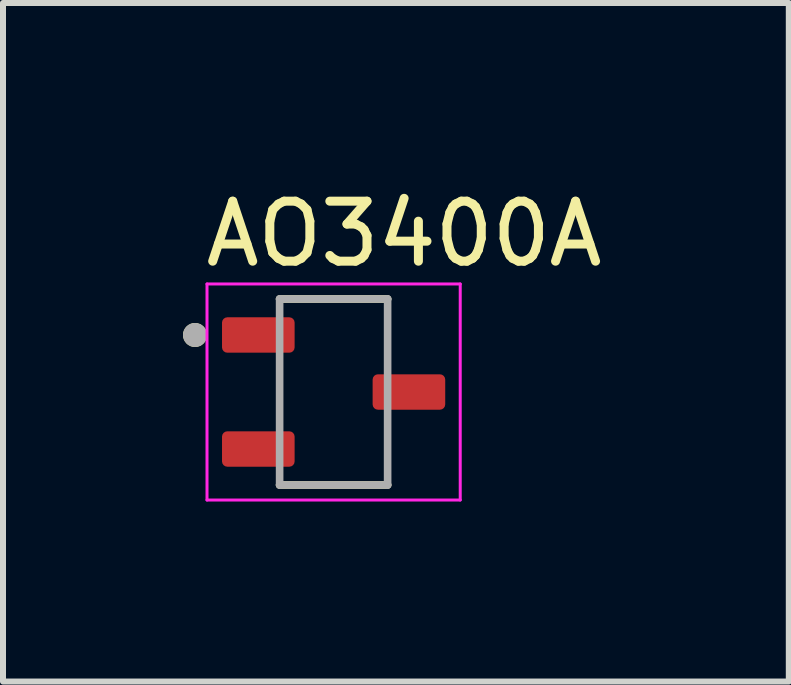
<source format=kicad_pcb>
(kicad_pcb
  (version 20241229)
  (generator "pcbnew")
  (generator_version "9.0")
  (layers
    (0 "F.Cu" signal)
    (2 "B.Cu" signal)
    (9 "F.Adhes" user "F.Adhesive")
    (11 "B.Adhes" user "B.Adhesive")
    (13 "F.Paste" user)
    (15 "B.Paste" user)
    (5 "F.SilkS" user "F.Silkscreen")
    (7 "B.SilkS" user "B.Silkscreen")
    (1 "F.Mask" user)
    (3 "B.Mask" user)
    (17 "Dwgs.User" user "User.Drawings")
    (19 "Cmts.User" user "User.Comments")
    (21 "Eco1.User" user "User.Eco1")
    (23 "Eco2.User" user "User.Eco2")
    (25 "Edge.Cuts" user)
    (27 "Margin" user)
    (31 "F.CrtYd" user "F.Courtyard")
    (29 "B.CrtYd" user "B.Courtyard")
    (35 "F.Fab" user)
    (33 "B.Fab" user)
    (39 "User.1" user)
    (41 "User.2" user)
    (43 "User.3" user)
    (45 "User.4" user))
  (footprint "AO3400A"
    (layer "F.Cu")
    (at 2.51 3.483)
    (property "Reference" "AO3400A" (at 1.175 -2.635 0) (layer "F.SilkS") (effects (font (size 1 1) (thickness 0.15))))
    (attr through_hole)
    (fp_line (start -0.9 1.55) (end 0.9 1.55) (stroke (width 0.127) (type solid)) (layer "F.SilkS"))
    (fp_line (start 0.9 -1.55) (end -0.9 -1.55) (stroke (width 0.127) (type solid)) (layer "F.SilkS"))
    (fp_circle (center -2.31 -0.95) (end -2.21 -0.95) (stroke (width 0.2) (type solid)) (fill no) (layer "F.SilkS"))
    (fp_line (start -2.11 -1.8) (end 2.11 -1.8) (stroke (width 0.05) (type solid)) (layer "F.CrtYd"))
    (fp_line (start -2.11 1.8) (end -2.11 -1.8) (stroke (width 0.05) (type solid)) (layer "F.CrtYd"))
    (fp_line (start 2.11 -1.8) (end 2.11 1.8) (stroke (width 0.05) (type solid)) (layer "F.CrtYd"))
    (fp_line (start 2.11 1.8) (end -2.11 1.8) (stroke (width 0.05) (type solid)) (layer "F.CrtYd"))
    (fp_line (start -0.9 -1.55) (end -0.9 1.55) (stroke (width 0.127) (type solid)) (layer "F.Fab"))
    (fp_line (start -0.9 1.55) (end 0.9 1.55) (stroke (width 0.127) (type solid)) (layer "F.Fab"))
    (fp_line (start 0.9 -1.55) (end -0.9 -1.55) (stroke (width 0.127) (type solid)) (layer "F.Fab"))
    (fp_line (start 0.9 1.55) (end 0.9 -1.55) (stroke (width 0.127) (type solid)) (layer "F.Fab"))
    (fp_circle (center -2.31 -0.95) (end -2.21 -0.95) (stroke (width 0.2) (type solid)) (fill no) (layer "F.Fab"))
    (pad "1" smd roundrect (at -1.255 -0.95) (size 1.21 0.59) (layers "F.Cu" "F.Mask" "F.Paste") (roundrect_rratio 0.15))
    (pad "2" smd roundrect (at -1.255 0.95) (size 1.21 0.59) (layers "F.Cu" "F.Mask" "F.Paste") (roundrect_rratio 0.15))
    (pad "3" smd roundrect (at 1.255 0) (size 1.21 0.59) (layers "F.Cu" "F.Mask" "F.Paste") (roundrect_rratio 0.15)))
  (gr_rect
    (start -3 -3)
    (end 10.096 8.308)
    (stroke (width 0.1) (type default))
    (fill no)
    (layer "Edge.Cuts")))
</source>
